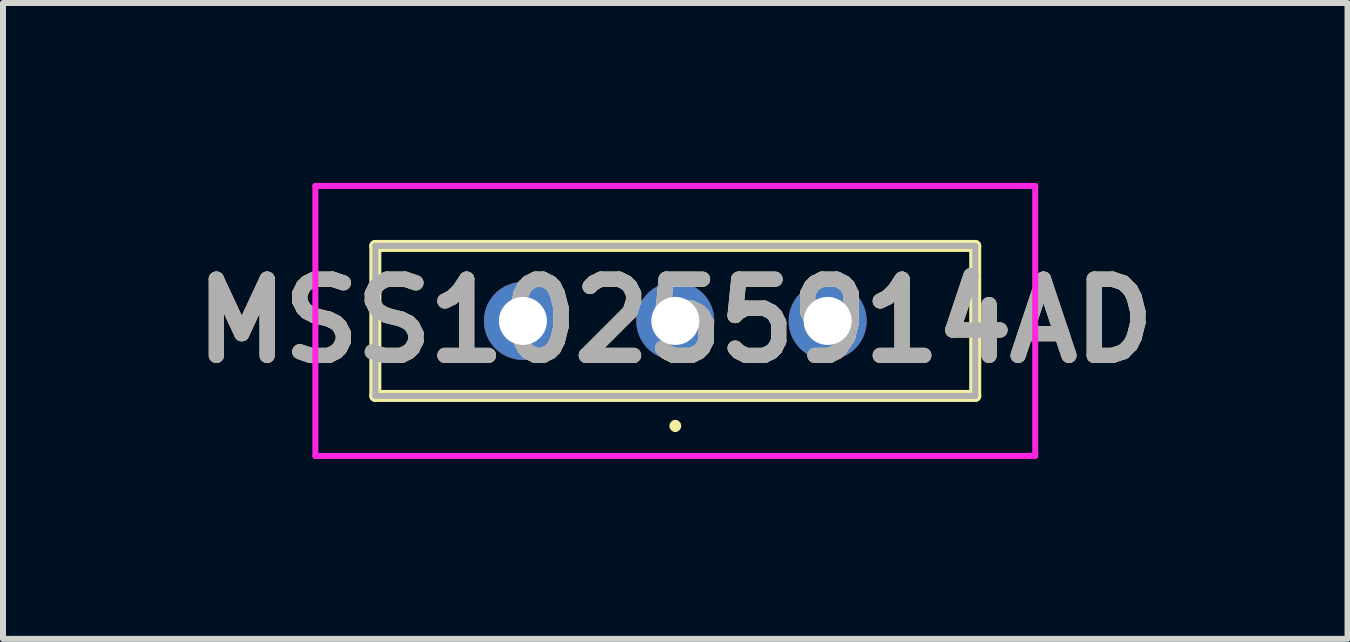
<source format=kicad_pcb>
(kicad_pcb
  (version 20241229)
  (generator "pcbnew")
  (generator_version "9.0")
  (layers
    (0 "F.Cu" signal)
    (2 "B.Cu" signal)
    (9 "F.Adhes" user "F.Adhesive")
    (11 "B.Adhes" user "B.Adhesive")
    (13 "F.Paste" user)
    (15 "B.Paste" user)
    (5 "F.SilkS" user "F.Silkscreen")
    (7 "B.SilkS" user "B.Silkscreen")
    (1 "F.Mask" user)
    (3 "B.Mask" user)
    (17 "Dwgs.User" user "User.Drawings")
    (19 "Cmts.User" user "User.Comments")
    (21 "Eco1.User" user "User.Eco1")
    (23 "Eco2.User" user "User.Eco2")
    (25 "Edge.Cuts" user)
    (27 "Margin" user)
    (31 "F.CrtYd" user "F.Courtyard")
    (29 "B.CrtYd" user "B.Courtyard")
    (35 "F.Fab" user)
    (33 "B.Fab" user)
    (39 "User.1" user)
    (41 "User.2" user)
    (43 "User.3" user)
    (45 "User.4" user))
  (footprint "MSS10255914AD"
    (layer "F.Cu")
    (at 8.207 2.3)
    (property "Reference" "MSS10255914AD" (at 0 0 0) (layer "F.SilkS") (effects (font (size 1.27 1.27) (thickness 0.254))))
    (attr through_hole)
    (fp_line (start -5 -1.25) (end 5 -1.25) (stroke (width 0.2) (type solid)) (layer "F.SilkS"))
    (fp_line (start -5 1.25) (end -5 -1.25) (stroke (width 0.2) (type solid)) (layer "F.SilkS"))
    (fp_line (start 0 1.7) (end 0 1.7) (stroke (width 0.1) (type solid)) (layer "F.SilkS"))
    (fp_line (start 0 1.8) (end 0 1.8) (stroke (width 0.1) (type solid)) (layer "F.SilkS"))
    (fp_line (start 5 -1.25) (end 5 1.25) (stroke (width 0.2) (type solid)) (layer "F.SilkS"))
    (fp_line (start 5 1.25) (end -5 1.25) (stroke (width 0.2) (type solid)) (layer "F.SilkS"))
    (fp_arc (start 0 1.7) (mid 0.05 1.75) (end 0 1.8) (stroke (width 0.1) (type solid)) (layer "F.SilkS"))
    (fp_arc (start 0 1.8) (mid -0.05 1.75) (end 0 1.7) (stroke (width 0.1) (type solid)) (layer "F.SilkS"))
    (fp_line (start -6 -2.25) (end 6 -2.25) (stroke (width 0.1) (type solid)) (layer "F.CrtYd"))
    (fp_line (start -6 2.25) (end -6 -2.25) (stroke (width 0.1) (type solid)) (layer "F.CrtYd"))
    (fp_line (start 6 -2.25) (end 6 2.25) (stroke (width 0.1) (type solid)) (layer "F.CrtYd"))
    (fp_line (start 6 2.25) (end -6 2.25) (stroke (width 0.1) (type solid)) (layer "F.CrtYd"))
    (fp_line (start -5 -1.25) (end 5 -1.25) (stroke (width 0.1) (type solid)) (layer "F.Fab"))
    (fp_line (start -5 1.25) (end -5 -1.25) (stroke (width 0.1) (type solid)) (layer "F.Fab"))
    (fp_line (start 5 -1.25) (end 5 1.25) (stroke (width 0.1) (type solid)) (layer "F.Fab"))
    (fp_line (start 5 1.25) (end -5 1.25) (stroke (width 0.1) (type solid)) (layer "F.Fab"))
    (fp_text user "${REFERENCE}" (at 0 0 0) (layer "F.Fab") (effects (font (size 1.27 1.27) (thickness 0.254))))
    (pad "1" thru_hole circle (at 0 0) (size 1.3 1.3) (drill 0.8) (layers "*.Cu" "*.Mask"))
    (pad "2" thru_hole circle (at -2.54 0) (size 1.3 1.3) (drill 0.8) (layers "*.Cu" "*.Mask"))
    (pad "3" thru_hole circle (at 2.54 0) (size 1.3 1.3) (drill 0.8) (layers "*.Cu" "*.Mask")))
  (gr_rect
    (start -3 -3)
    (end 19.413 7.6)
    (stroke (width 0.1) (type default))
    (fill no)
    (layer "Edge.Cuts")))
</source>
